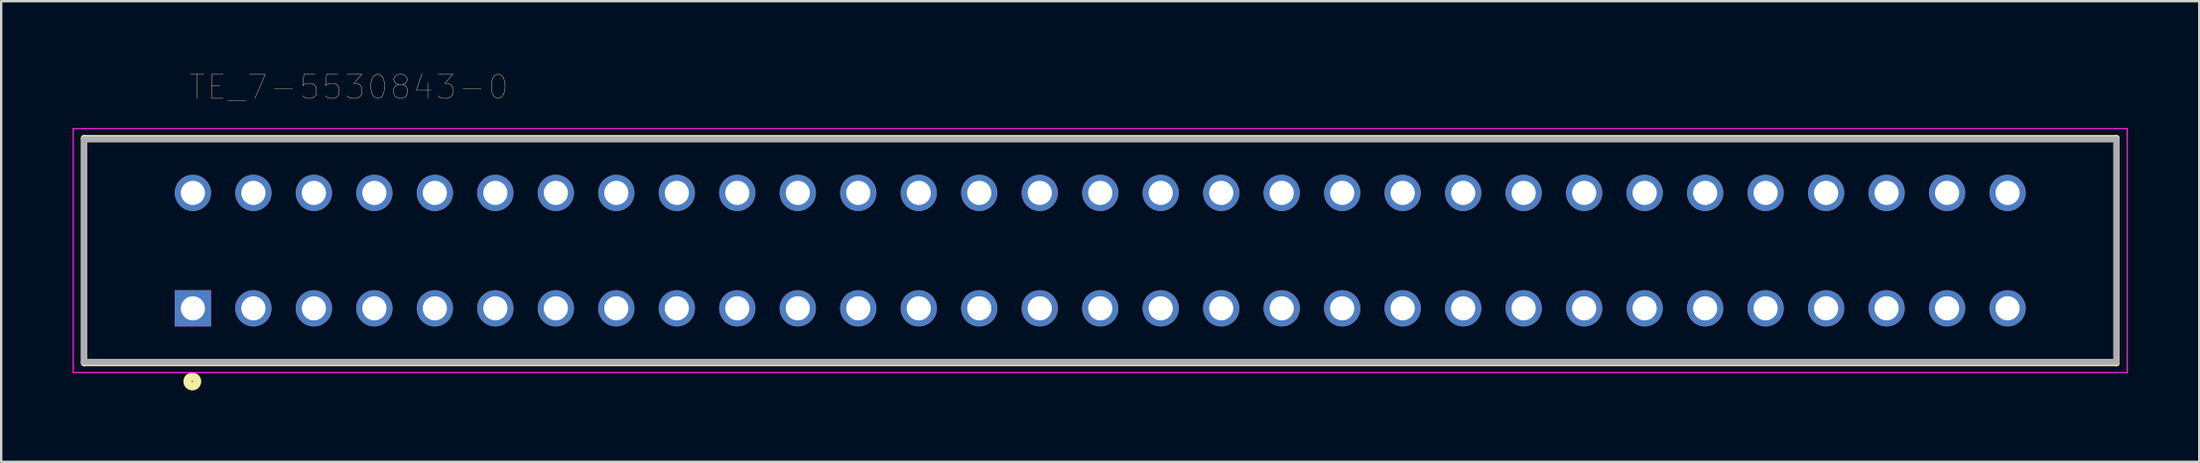
<source format=kicad_pcb>
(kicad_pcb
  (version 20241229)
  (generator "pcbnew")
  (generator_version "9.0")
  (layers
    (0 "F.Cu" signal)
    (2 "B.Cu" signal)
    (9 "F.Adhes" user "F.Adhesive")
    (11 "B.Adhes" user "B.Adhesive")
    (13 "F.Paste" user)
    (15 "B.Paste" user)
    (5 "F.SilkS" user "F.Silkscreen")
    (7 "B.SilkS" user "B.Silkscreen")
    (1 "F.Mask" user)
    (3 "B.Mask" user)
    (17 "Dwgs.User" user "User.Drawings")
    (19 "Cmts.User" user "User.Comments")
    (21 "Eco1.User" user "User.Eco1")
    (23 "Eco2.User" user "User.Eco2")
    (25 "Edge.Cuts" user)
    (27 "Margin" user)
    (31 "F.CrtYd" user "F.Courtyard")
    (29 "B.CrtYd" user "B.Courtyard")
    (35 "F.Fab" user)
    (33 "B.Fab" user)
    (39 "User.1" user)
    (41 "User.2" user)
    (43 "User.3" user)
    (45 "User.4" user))
  (footprint "TE_7-5530843-0"
    (layer "F.Cu")
    (at 43.15 7.483)
    (property "Reference" "TE_7-5530843-0" (at -31.554 -6.871 0) (layer "F.SilkS") (effects (font (size 1.002 1.002) (thickness 0.015))))
    (attr through_hole)
    (fp_line (start -42.672 -4.73) (end 42.672 -4.73) (stroke (width 0.254) (type solid)) (layer "F.SilkS"))
    (fp_line (start -42.672 4.73) (end -42.672 -4.73) (stroke (width 0.254) (type solid)) (layer "F.SilkS"))
    (fp_line (start 42.672 -4.73) (end 42.672 4.73) (stroke (width 0.254) (type solid)) (layer "F.SilkS"))
    (fp_line (start 42.672 4.73) (end -42.672 4.73) (stroke (width 0.254) (type solid)) (layer "F.SilkS"))
    (fp_circle (center -38.125 5.5) (end -37.925 5.5) (stroke (width 0.35) (type solid)) (fill no) (layer "F.SilkS"))
    (fp_line (start -43.125 -5.125) (end -43.125 5.125) (stroke (width 0.05) (type solid)) (layer "F.CrtYd"))
    (fp_line (start -43.125 5.125) (end 43.125 5.125) (stroke (width 0.05) (type solid)) (layer "F.CrtYd"))
    (fp_line (start 43.125 -5.125) (end -43.125 -5.125) (stroke (width 0.05) (type solid)) (layer "F.CrtYd"))
    (fp_line (start 43.125 5.125) (end 43.125 -5.125) (stroke (width 0.05) (type solid)) (layer "F.CrtYd"))
    (fp_line (start -42.672 -4.674) (end 42.672 -4.674) (stroke (width 0.254) (type solid)) (layer "F.Fab"))
    (fp_line (start -42.672 4.674) (end -42.672 -4.674) (stroke (width 0.254) (type solid)) (layer "F.Fab"))
    (fp_line (start 42.672 -4.674) (end 42.672 4.674) (stroke (width 0.254) (type solid)) (layer "F.Fab"))
    (fp_line (start 42.672 4.674) (end -42.672 4.674) (stroke (width 0.254) (type solid)) (layer "F.Fab"))
    (pad "1" thru_hole rect (at -38.1 2.426) (size 1.524 1.524) (drill 1.016) (layers "*.Cu" "*.Mask"))
    (pad "2" thru_hole circle (at -38.1 -2.426) (size 1.524 1.524) (drill 1.016) (layers "*.Cu" "*.Mask"))
    (pad "3" thru_hole circle (at -35.56 2.426) (size 1.524 1.524) (drill 1.016) (layers "*.Cu" "*.Mask"))
    (pad "4" thru_hole circle (at -35.56 -2.426) (size 1.524 1.524) (drill 1.016) (layers "*.Cu" "*.Mask"))
    (pad "5" thru_hole circle (at -33.02 2.426) (size 1.524 1.524) (drill 1.016) (layers "*.Cu" "*.Mask"))
    (pad "6" thru_hole circle (at -33.02 -2.426) (size 1.524 1.524) (drill 1.016) (layers "*.Cu" "*.Mask"))
    (pad "7" thru_hole circle (at -30.48 2.426) (size 1.524 1.524) (drill 1.016) (layers "*.Cu" "*.Mask"))
    (pad "8" thru_hole circle (at -30.48 -2.426) (size 1.524 1.524) (drill 1.016) (layers "*.Cu" "*.Mask"))
    (pad "9" thru_hole circle (at -27.94 2.426) (size 1.524 1.524) (drill 1.016) (layers "*.Cu" "*.Mask"))
    (pad "10" thru_hole circle (at -27.94 -2.426) (size 1.524 1.524) (drill 1.016) (layers "*.Cu" "*.Mask"))
    (pad "11" thru_hole circle (at -25.4 2.426) (size 1.524 1.524) (drill 1.016) (layers "*.Cu" "*.Mask"))
    (pad "12" thru_hole circle (at -25.4 -2.426) (size 1.524 1.524) (drill 1.016) (layers "*.Cu" "*.Mask"))
    (pad "13" thru_hole circle (at -22.86 2.426) (size 1.524 1.524) (drill 1.016) (layers "*.Cu" "*.Mask"))
    (pad "14" thru_hole circle (at -22.86 -2.426) (size 1.524 1.524) (drill 1.016) (layers "*.Cu" "*.Mask"))
    (pad "15" thru_hole circle (at -20.32 2.426) (size 1.524 1.524) (drill 1.016) (layers "*.Cu" "*.Mask"))
    (pad "16" thru_hole circle (at -20.32 -2.426) (size 1.524 1.524) (drill 1.016) (layers "*.Cu" "*.Mask"))
    (pad "17" thru_hole circle (at -17.78 2.426) (size 1.524 1.524) (drill 1.016) (layers "*.Cu" "*.Mask"))
    (pad "18" thru_hole circle (at -17.78 -2.426) (size 1.524 1.524) (drill 1.016) (layers "*.Cu" "*.Mask"))
    (pad "19" thru_hole circle (at -15.24 2.426) (size 1.524 1.524) (drill 1.016) (layers "*.Cu" "*.Mask"))
    (pad "20" thru_hole circle (at -15.24 -2.426) (size 1.524 1.524) (drill 1.016) (layers "*.Cu" "*.Mask"))
    (pad "21" thru_hole circle (at -12.7 2.426) (size 1.524 1.524) (drill 1.016) (layers "*.Cu" "*.Mask"))
    (pad "22" thru_hole circle (at -12.7 -2.426) (size 1.524 1.524) (drill 1.016) (layers "*.Cu" "*.Mask"))
    (pad "23" thru_hole circle (at -10.16 2.426) (size 1.524 1.524) (drill 1.016) (layers "*.Cu" "*.Mask"))
    (pad "24" thru_hole circle (at -10.16 -2.426) (size 1.524 1.524) (drill 1.016) (layers "*.Cu" "*.Mask"))
    (pad "25" thru_hole circle (at -7.62 2.426) (size 1.524 1.524) (drill 1.016) (layers "*.Cu" "*.Mask"))
    (pad "26" thru_hole circle (at -7.62 -2.426) (size 1.524 1.524) (drill 1.016) (layers "*.Cu" "*.Mask"))
    (pad "27" thru_hole circle (at -5.08 2.426) (size 1.524 1.524) (drill 1.016) (layers "*.Cu" "*.Mask"))
    (pad "28" thru_hole circle (at -5.08 -2.426) (size 1.524 1.524) (drill 1.016) (layers "*.Cu" "*.Mask"))
    (pad "29" thru_hole circle (at -2.54 2.426) (size 1.524 1.524) (drill 1.016) (layers "*.Cu" "*.Mask"))
    (pad "30" thru_hole circle (at -2.54 -2.426) (size 1.524 1.524) (drill 1.016) (layers "*.Cu" "*.Mask"))
    (pad "31" thru_hole circle (at 0 2.426) (size 1.524 1.524) (drill 1.016) (layers "*.Cu" "*.Mask"))
    (pad "32" thru_hole circle (at 0 -2.426) (size 1.524 1.524) (drill 1.016) (layers "*.Cu" "*.Mask"))
    (pad "33" thru_hole circle (at 2.54 2.426) (size 1.524 1.524) (drill 1.016) (layers "*.Cu" "*.Mask"))
    (pad "34" thru_hole circle (at 2.54 -2.426) (size 1.524 1.524) (drill 1.016) (layers "*.Cu" "*.Mask"))
    (pad "35" thru_hole circle (at 5.08 2.426) (size 1.524 1.524) (drill 1.016) (layers "*.Cu" "*.Mask"))
    (pad "36" thru_hole circle (at 5.08 -2.426) (size 1.524 1.524) (drill 1.016) (layers "*.Cu" "*.Mask"))
    (pad "37" thru_hole circle (at 7.62 2.426) (size 1.524 1.524) (drill 1.016) (layers "*.Cu" "*.Mask"))
    (pad "38" thru_hole circle (at 7.62 -2.426) (size 1.524 1.524) (drill 1.016) (layers "*.Cu" "*.Mask"))
    (pad "39" thru_hole circle (at 10.16 2.426) (size 1.524 1.524) (drill 1.016) (layers "*.Cu" "*.Mask"))
    (pad "40" thru_hole circle (at 10.16 -2.426) (size 1.524 1.524) (drill 1.016) (layers "*.Cu" "*.Mask"))
    (pad "41" thru_hole circle (at 12.7 2.426) (size 1.524 1.524) (drill 1.016) (layers "*.Cu" "*.Mask"))
    (pad "42" thru_hole circle (at 12.7 -2.426) (size 1.524 1.524) (drill 1.016) (layers "*.Cu" "*.Mask"))
    (pad "43" thru_hole circle (at 15.24 2.426) (size 1.524 1.524) (drill 1.016) (layers "*.Cu" "*.Mask"))
    (pad "44" thru_hole circle (at 15.24 -2.426) (size 1.524 1.524) (drill 1.016) (layers "*.Cu" "*.Mask"))
    (pad "45" thru_hole circle (at 17.78 2.426) (size 1.524 1.524) (drill 1.016) (layers "*.Cu" "*.Mask"))
    (pad "46" thru_hole circle (at 17.78 -2.426) (size 1.524 1.524) (drill 1.016) (layers "*.Cu" "*.Mask"))
    (pad "47" thru_hole circle (at 20.32 2.426) (size 1.524 1.524) (drill 1.016) (layers "*.Cu" "*.Mask"))
    (pad "48" thru_hole circle (at 20.32 -2.426) (size 1.524 1.524) (drill 1.016) (layers "*.Cu" "*.Mask"))
    (pad "49" thru_hole circle (at 22.86 2.426) (size 1.524 1.524) (drill 1.016) (layers "*.Cu" "*.Mask"))
    (pad "50" thru_hole circle (at 22.86 -2.426) (size 1.524 1.524) (drill 1.016) (layers "*.Cu" "*.Mask"))
    (pad "51" thru_hole circle (at 25.4 2.426) (size 1.524 1.524) (drill 1.016) (layers "*.Cu" "*.Mask"))
    (pad "52" thru_hole circle (at 25.4 -2.426) (size 1.524 1.524) (drill 1.016) (layers "*.Cu" "*.Mask"))
    (pad "53" thru_hole circle (at 27.94 2.426) (size 1.524 1.524) (drill 1.016) (layers "*.Cu" "*.Mask"))
    (pad "54" thru_hole circle (at 27.94 -2.426) (size 1.524 1.524) (drill 1.016) (layers "*.Cu" "*.Mask"))
    (pad "55" thru_hole circle (at 30.48 2.426) (size 1.524 1.524) (drill 1.016) (layers "*.Cu" "*.Mask"))
    (pad "56" thru_hole circle (at 30.48 -2.426) (size 1.524 1.524) (drill 1.016) (layers "*.Cu" "*.Mask"))
    (pad "57" thru_hole circle (at 33.02 2.426) (size 1.524 1.524) (drill 1.016) (layers "*.Cu" "*.Mask"))
    (pad "58" thru_hole circle (at 33.02 -2.426) (size 1.524 1.524) (drill 1.016) (layers "*.Cu" "*.Mask"))
    (pad "59" thru_hole circle (at 35.56 2.426) (size 1.524 1.524) (drill 1.016) (layers "*.Cu" "*.Mask"))
    (pad "60" thru_hole circle (at 35.56 -2.426) (size 1.524 1.524) (drill 1.016) (layers "*.Cu" "*.Mask"))
    (pad "61" thru_hole circle (at 38.1 2.426) (size 1.524 1.524) (drill 1.016) (layers "*.Cu" "*.Mask"))
    (pad "62" thru_hole circle (at 38.1 -2.426) (size 1.524 1.524) (drill 1.016) (layers "*.Cu" "*.Mask")))
  (gr_rect
    (start -3 -3)
    (end 89.3 16.358)
    (stroke (width 0.1) (type default))
    (fill no)
    (layer "Edge.Cuts")))
</source>
